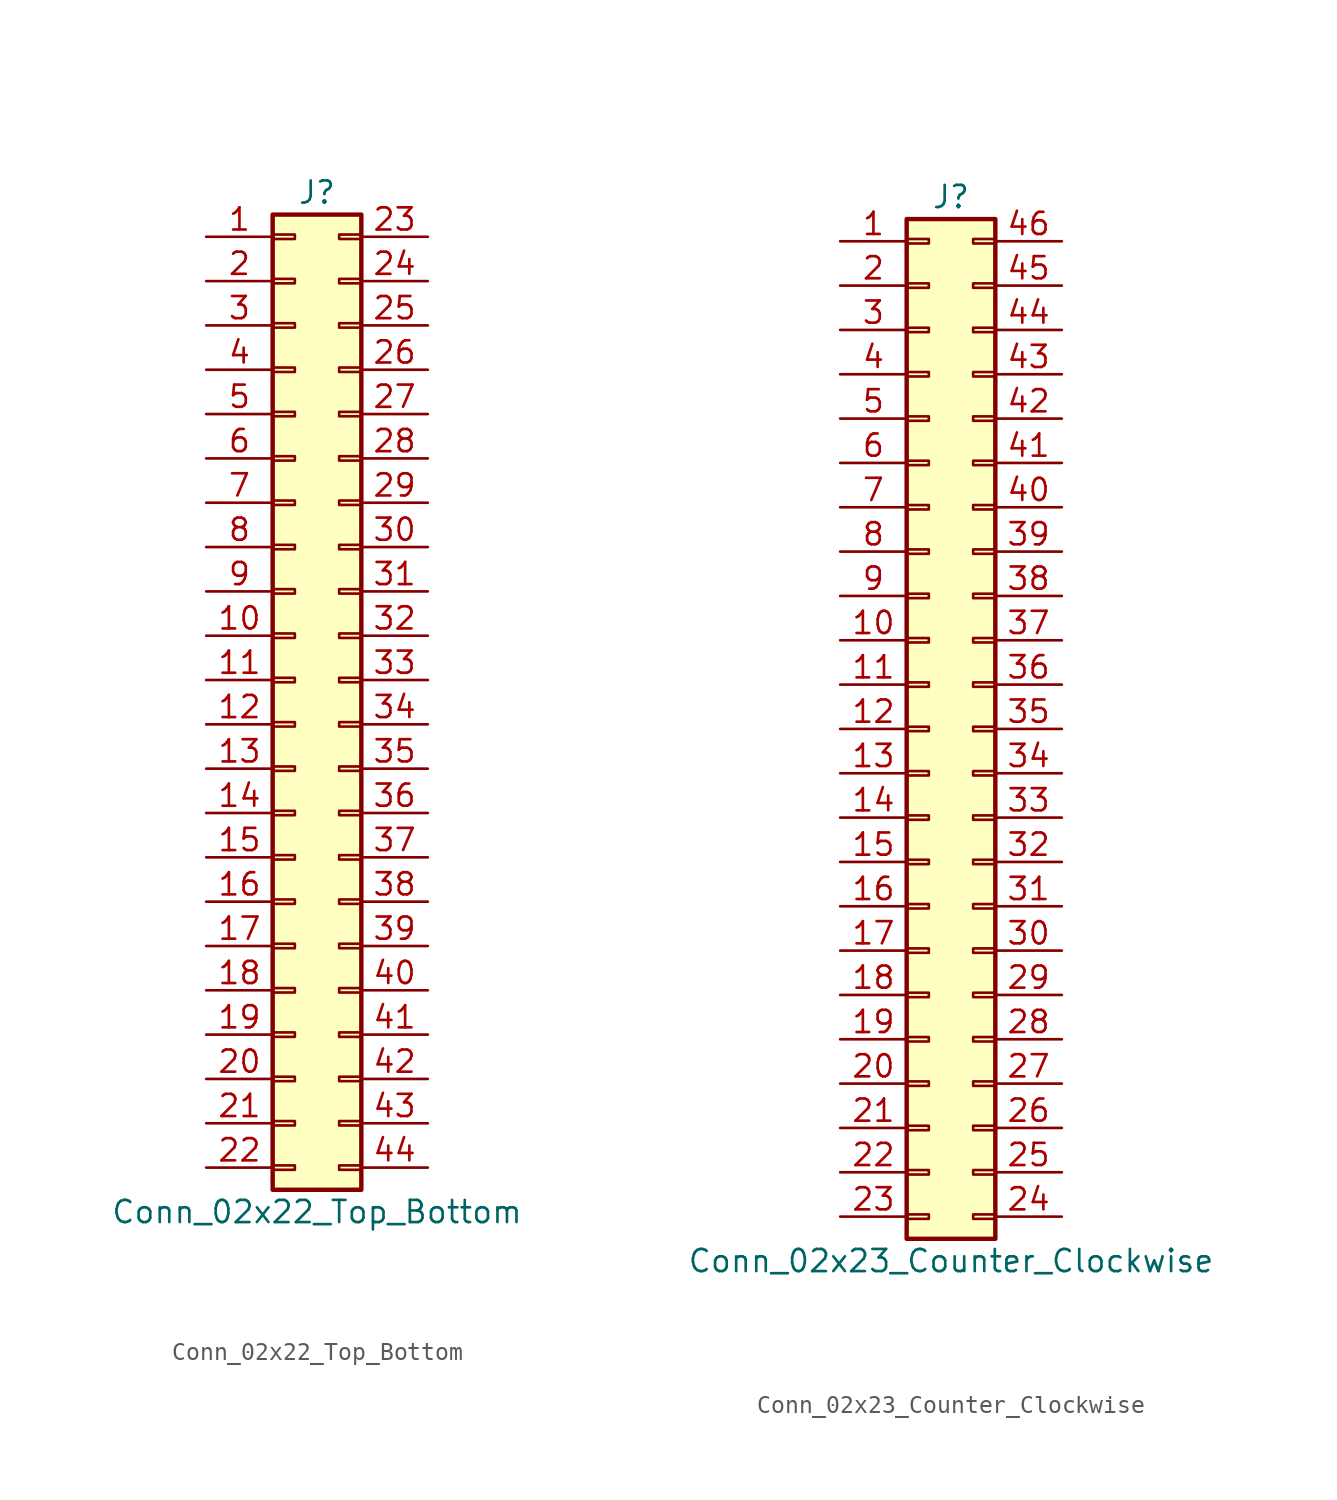
<source format=kicad_sym>
(kicad_symbol_lib
  (version 20201005)
  (generator kicad_symbol_editor)
  (symbol "Connector_Generic:Conn_02x22_Top_Bottom"
    (pin_names
      (offset 1.016) hide)
    (property "Reference" "J"
      (at 1.27 27.94 0)
      (effects (font (size 1.27 1.27))))
    (property "Value" "Conn_02x22_Top_Bottom"
      (at 1.27 -30.48 0)
      (effects (font (size 1.27 1.27))))
    (symbol "Conn_02x22_Top_Bottom_1_1"
      (rectangle (start -1.27 -27.813) (end 0 -28.067) (stroke (width 0.152)) (fill (type none)))
      (rectangle (start -1.27 -4.953) (end 0 -5.207) (stroke (width 0.152)) (fill (type none)))
      (rectangle (start -1.27 -7.493) (end 0 -7.747) (stroke (width 0.152)) (fill (type none)))
      (rectangle (start -1.27 -10.033) (end 0 -10.287) (stroke (width 0.152)) (fill (type none)))
      (rectangle (start -1.27 -12.573) (end 0 -12.827) (stroke (width 0.152)) (fill (type none)))
      (rectangle (start -1.27 -15.113) (end 0 -15.367) (stroke (width 0.152)) (fill (type none)))
      (rectangle (start -1.27 -17.653) (end 0 -17.907) (stroke (width 0.152)) (fill (type none)))
      (rectangle (start -1.27 -20.193) (end 0 -20.447) (stroke (width 0.152)) (fill (type none)))
      (rectangle (start -1.27 -22.733) (end 0 -22.987) (stroke (width 0.152)) (fill (type none)))
      (rectangle (start -1.27 -2.413) (end 0 -2.667) (stroke (width 0.152)) (fill (type none)))
      (rectangle (start -1.27 -25.273) (end 0 -25.527) (stroke (width 0.152)) (fill (type none)))
      (rectangle (start -1.27 25.527) (end 0 25.273) (stroke (width 0.152)) (fill (type none)))
      (rectangle (start -1.27 2.667) (end 0 2.413) (stroke (width 0.152)) (fill (type none)))
      (rectangle (start -1.27 26.67) (end 3.81 -29.21) (stroke (width 0.254)) (fill (type background)))
      (rectangle (start -1.27 5.207) (end 0 4.953) (stroke (width 0.152)) (fill (type none)))
      (rectangle (start -1.27 7.747) (end 0 7.493) (stroke (width 0.152)) (fill (type none)))
      (rectangle (start -1.27 10.287) (end 0 10.033) (stroke (width 0.152)) (fill (type none)))
      (rectangle (start -1.27 0.127) (end 0 -0.127) (stroke (width 0.152)) (fill (type none)))
      (rectangle (start -1.27 12.827) (end 0 12.573) (stroke (width 0.152)) (fill (type none)))
      (rectangle (start -1.27 15.367) (end 0 15.113) (stroke (width 0.152)) (fill (type none)))
      (rectangle (start -1.27 17.907) (end 0 17.653) (stroke (width 0.152)) (fill (type none)))
      (rectangle (start -1.27 20.447) (end 0 20.193) (stroke (width 0.152)) (fill (type none)))
      (rectangle (start -1.27 22.987) (end 0 22.733) (stroke (width 0.152)) (fill (type none)))
      (rectangle (start 3.81 -27.813) (end 2.54 -28.067) (stroke (width 0.152)) (fill (type none)))
      (rectangle (start 3.81 -4.953) (end 2.54 -5.207) (stroke (width 0.152)) (fill (type none)))
      (rectangle (start 3.81 -7.493) (end 2.54 -7.747) (stroke (width 0.152)) (fill (type none)))
      (rectangle (start 3.81 -10.033) (end 2.54 -10.287) (stroke (width 0.152)) (fill (type none)))
      (rectangle (start 3.81 -12.573) (end 2.54 -12.827) (stroke (width 0.152)) (fill (type none)))
      (rectangle (start 3.81 -15.113) (end 2.54 -15.367) (stroke (width 0.152)) (fill (type none)))
      (rectangle (start 3.81 -17.653) (end 2.54 -17.907) (stroke (width 0.152)) (fill (type none)))
      (rectangle (start 3.81 -20.193) (end 2.54 -20.447) (stroke (width 0.152)) (fill (type none)))
      (rectangle (start 3.81 -22.733) (end 2.54 -22.987) (stroke (width 0.152)) (fill (type none)))
      (rectangle (start 3.81 -2.413) (end 2.54 -2.667) (stroke (width 0.152)) (fill (type none)))
      (rectangle (start 3.81 -25.273) (end 2.54 -25.527) (stroke (width 0.152)) (fill (type none)))
      (rectangle (start 3.81 25.527) (end 2.54 25.273) (stroke (width 0.152)) (fill (type none)))
      (rectangle (start 3.81 2.667) (end 2.54 2.413) (stroke (width 0.152)) (fill (type none)))
      (rectangle (start 3.81 5.207) (end 2.54 4.953) (stroke (width 0.152)) (fill (type none)))
      (rectangle (start 3.81 7.747) (end 2.54 7.493) (stroke (width 0.152)) (fill (type none)))
      (rectangle (start 3.81 10.287) (end 2.54 10.033) (stroke (width 0.152)) (fill (type none)))
      (rectangle (start 3.81 0.127) (end 2.54 -0.127) (stroke (width 0.152)) (fill (type none)))
      (rectangle (start 3.81 12.827) (end 2.54 12.573) (stroke (width 0.152)) (fill (type none)))
      (rectangle (start 3.81 15.367) (end 2.54 15.113) (stroke (width 0.152)) (fill (type none)))
      (rectangle (start 3.81 17.907) (end 2.54 17.653) (stroke (width 0.152)) (fill (type none)))
      (rectangle (start 3.81 20.447) (end 2.54 20.193) (stroke (width 0.152)) (fill (type none)))
      (rectangle (start 3.81 22.987) (end 2.54 22.733) (stroke (width 0.152)) (fill (type none)))
      (pin passive line (at -5.08 25.4 0) (length 3.81) (name "Pin_1" (effects (font (size 1.27 1.27)))) (number "1" (effects (font (size 1.27 1.27)))))
      (pin passive line (at -5.08 2.54 0) (length 3.81) (name "Pin_10" (effects (font (size 1.27 1.27)))) (number "10" (effects (font (size 1.27 1.27)))))
      (pin passive line (at -5.08 0 0) (length 3.81) (name "Pin_11" (effects (font (size 1.27 1.27)))) (number "11" (effects (font (size 1.27 1.27)))))
      (pin passive line (at -5.08 -2.54 0) (length 3.81) (name "Pin_12" (effects (font (size 1.27 1.27)))) (number "12" (effects (font (size 1.27 1.27)))))
      (pin passive line (at -5.08 -5.08 0) (length 3.81) (name "Pin_13" (effects (font (size 1.27 1.27)))) (number "13" (effects (font (size 1.27 1.27)))))
      (pin passive line (at -5.08 -7.62 0) (length 3.81) (name "Pin_14" (effects (font (size 1.27 1.27)))) (number "14" (effects (font (size 1.27 1.27)))))
      (pin passive line (at -5.08 -10.16 0) (length 3.81) (name "Pin_15" (effects (font (size 1.27 1.27)))) (number "15" (effects (font (size 1.27 1.27)))))
      (pin passive line (at -5.08 -12.7 0) (length 3.81) (name "Pin_16" (effects (font (size 1.27 1.27)))) (number "16" (effects (font (size 1.27 1.27)))))
      (pin passive line (at -5.08 -15.24 0) (length 3.81) (name "Pin_17" (effects (font (size 1.27 1.27)))) (number "17" (effects (font (size 1.27 1.27)))))
      (pin passive line (at -5.08 -17.78 0) (length 3.81) (name "Pin_18" (effects (font (size 1.27 1.27)))) (number "18" (effects (font (size 1.27 1.27)))))
      (pin passive line (at -5.08 -20.32 0) (length 3.81) (name "Pin_19" (effects (font (size 1.27 1.27)))) (number "19" (effects (font (size 1.27 1.27)))))
      (pin passive line (at -5.08 22.86 0) (length 3.81) (name "Pin_2" (effects (font (size 1.27 1.27)))) (number "2" (effects (font (size 1.27 1.27)))))
      (pin passive line (at -5.08 -22.86 0) (length 3.81) (name "Pin_20" (effects (font (size 1.27 1.27)))) (number "20" (effects (font (size 1.27 1.27)))))
      (pin passive line (at -5.08 -25.4 0) (length 3.81) (name "Pin_21" (effects (font (size 1.27 1.27)))) (number "21" (effects (font (size 1.27 1.27)))))
      (pin passive line (at -5.08 -27.94 0) (length 3.81) (name "Pin_22" (effects (font (size 1.27 1.27)))) (number "22" (effects (font (size 1.27 1.27)))))
      (pin passive line (at 7.62 25.4 180) (length 3.81) (name "Pin_23" (effects (font (size 1.27 1.27)))) (number "23" (effects (font (size 1.27 1.27)))))
      (pin passive line (at 7.62 22.86 180) (length 3.81) (name "Pin_24" (effects (font (size 1.27 1.27)))) (number "24" (effects (font (size 1.27 1.27)))))
      (pin passive line (at 7.62 20.32 180) (length 3.81) (name "Pin_25" (effects (font (size 1.27 1.27)))) (number "25" (effects (font (size 1.27 1.27)))))
      (pin passive line (at 7.62 17.78 180) (length 3.81) (name "Pin_26" (effects (font (size 1.27 1.27)))) (number "26" (effects (font (size 1.27 1.27)))))
      (pin passive line (at 7.62 15.24 180) (length 3.81) (name "Pin_27" (effects (font (size 1.27 1.27)))) (number "27" (effects (font (size 1.27 1.27)))))
      (pin passive line (at 7.62 12.7 180) (length 3.81) (name "Pin_28" (effects (font (size 1.27 1.27)))) (number "28" (effects (font (size 1.27 1.27)))))
      (pin passive line (at 7.62 10.16 180) (length 3.81) (name "Pin_29" (effects (font (size 1.27 1.27)))) (number "29" (effects (font (size 1.27 1.27)))))
      (pin passive line (at -5.08 20.32 0) (length 3.81) (name "Pin_3" (effects (font (size 1.27 1.27)))) (number "3" (effects (font (size 1.27 1.27)))))
      (pin passive line (at 7.62 7.62 180) (length 3.81) (name "Pin_30" (effects (font (size 1.27 1.27)))) (number "30" (effects (font (size 1.27 1.27)))))
      (pin passive line (at 7.62 5.08 180) (length 3.81) (name "Pin_31" (effects (font (size 1.27 1.27)))) (number "31" (effects (font (size 1.27 1.27)))))
      (pin passive line (at 7.62 2.54 180) (length 3.81) (name "Pin_32" (effects (font (size 1.27 1.27)))) (number "32" (effects (font (size 1.27 1.27)))))
      (pin passive line (at 7.62 0 180) (length 3.81) (name "Pin_33" (effects (font (size 1.27 1.27)))) (number "33" (effects (font (size 1.27 1.27)))))
      (pin passive line (at 7.62 -2.54 180) (length 3.81) (name "Pin_34" (effects (font (size 1.27 1.27)))) (number "34" (effects (font (size 1.27 1.27)))))
      (pin passive line (at 7.62 -5.08 180) (length 3.81) (name "Pin_35" (effects (font (size 1.27 1.27)))) (number "35" (effects (font (size 1.27 1.27)))))
      (pin passive line (at 7.62 -7.62 180) (length 3.81) (name "Pin_36" (effects (font (size 1.27 1.27)))) (number "36" (effects (font (size 1.27 1.27)))))
      (pin passive line (at 7.62 -10.16 180) (length 3.81) (name "Pin_37" (effects (font (size 1.27 1.27)))) (number "37" (effects (font (size 1.27 1.27)))))
      (pin passive line (at 7.62 -12.7 180) (length 3.81) (name "Pin_38" (effects (font (size 1.27 1.27)))) (number "38" (effects (font (size 1.27 1.27)))))
      (pin passive line (at 7.62 -15.24 180) (length 3.81) (name "Pin_39" (effects (font (size 1.27 1.27)))) (number "39" (effects (font (size 1.27 1.27)))))
      (pin passive line (at -5.08 17.78 0) (length 3.81) (name "Pin_4" (effects (font (size 1.27 1.27)))) (number "4" (effects (font (size 1.27 1.27)))))
      (pin passive line (at 7.62 -17.78 180) (length 3.81) (name "Pin_40" (effects (font (size 1.27 1.27)))) (number "40" (effects (font (size 1.27 1.27)))))
      (pin passive line (at 7.62 -20.32 180) (length 3.81) (name "Pin_41" (effects (font (size 1.27 1.27)))) (number "41" (effects (font (size 1.27 1.27)))))
      (pin passive line (at 7.62 -22.86 180) (length 3.81) (name "Pin_42" (effects (font (size 1.27 1.27)))) (number "42" (effects (font (size 1.27 1.27)))))
      (pin passive line (at 7.62 -25.4 180) (length 3.81) (name "Pin_43" (effects (font (size 1.27 1.27)))) (number "43" (effects (font (size 1.27 1.27)))))
      (pin passive line (at 7.62 -27.94 180) (length 3.81) (name "Pin_44" (effects (font (size 1.27 1.27)))) (number "44" (effects (font (size 1.27 1.27)))))
      (pin passive line (at -5.08 15.24 0) (length 3.81) (name "Pin_5" (effects (font (size 1.27 1.27)))) (number "5" (effects (font (size 1.27 1.27)))))
      (pin passive line (at -5.08 12.7 0) (length 3.81) (name "Pin_6" (effects (font (size 1.27 1.27)))) (number "6" (effects (font (size 1.27 1.27)))))
      (pin passive line (at -5.08 10.16 0) (length 3.81) (name "Pin_7" (effects (font (size 1.27 1.27)))) (number "7" (effects (font (size 1.27 1.27)))))
      (pin passive line (at -5.08 7.62 0) (length 3.81) (name "Pin_8" (effects (font (size 1.27 1.27)))) (number "8" (effects (font (size 1.27 1.27)))))
      (pin passive line (at -5.08 5.08 0) (length 3.81) (name "Pin_9" (effects (font (size 1.27 1.27)))) (number "9" (effects (font (size 1.27 1.27)))))))
  (symbol "Connector_Generic:Conn_02x23_Counter_Clockwise"
    (pin_names
      (offset 1.016) hide)
    (property "Reference" "J"
      (at 1.27 30.48 0)
      (effects (font (size 1.27 1.27))))
    (property "Value" "Conn_02x23_Counter_Clockwise"
      (at 1.27 -30.48 0)
      (effects (font (size 1.27 1.27))))
    (symbol "Conn_02x23_Counter_Clockwise_1_1"
      (rectangle (start -1.27 -27.813) (end 0 -28.067) (stroke (width 0.152)) (fill (type none)))
      (rectangle (start -1.27 -4.953) (end 0 -5.207) (stroke (width 0.152)) (fill (type none)))
      (rectangle (start -1.27 -7.493) (end 0 -7.747) (stroke (width 0.152)) (fill (type none)))
      (rectangle (start -1.27 -10.033) (end 0 -10.287) (stroke (width 0.152)) (fill (type none)))
      (rectangle (start -1.27 -12.573) (end 0 -12.827) (stroke (width 0.152)) (fill (type none)))
      (rectangle (start -1.27 -15.113) (end 0 -15.367) (stroke (width 0.152)) (fill (type none)))
      (rectangle (start -1.27 -17.653) (end 0 -17.907) (stroke (width 0.152)) (fill (type none)))
      (rectangle (start -1.27 -20.193) (end 0 -20.447) (stroke (width 0.152)) (fill (type none)))
      (rectangle (start -1.27 -22.733) (end 0 -22.987) (stroke (width 0.152)) (fill (type none)))
      (rectangle (start -1.27 -2.413) (end 0 -2.667) (stroke (width 0.152)) (fill (type none)))
      (rectangle (start -1.27 -25.273) (end 0 -25.527) (stroke (width 0.152)) (fill (type none)))
      (rectangle (start -1.27 25.527) (end 0 25.273) (stroke (width 0.152)) (fill (type none)))
      (rectangle (start -1.27 2.667) (end 0 2.413) (stroke (width 0.152)) (fill (type none)))
      (rectangle (start -1.27 28.067) (end 0 27.813) (stroke (width 0.152)) (fill (type none)))
      (rectangle (start -1.27 29.21) (end 3.81 -29.21) (stroke (width 0.254)) (fill (type background)))
      (rectangle (start -1.27 5.207) (end 0 4.953) (stroke (width 0.152)) (fill (type none)))
      (rectangle (start -1.27 7.747) (end 0 7.493) (stroke (width 0.152)) (fill (type none)))
      (rectangle (start -1.27 10.287) (end 0 10.033) (stroke (width 0.152)) (fill (type none)))
      (rectangle (start -1.27 0.127) (end 0 -0.127) (stroke (width 0.152)) (fill (type none)))
      (rectangle (start -1.27 12.827) (end 0 12.573) (stroke (width 0.152)) (fill (type none)))
      (rectangle (start -1.27 15.367) (end 0 15.113) (stroke (width 0.152)) (fill (type none)))
      (rectangle (start -1.27 17.907) (end 0 17.653) (stroke (width 0.152)) (fill (type none)))
      (rectangle (start -1.27 20.447) (end 0 20.193) (stroke (width 0.152)) (fill (type none)))
      (rectangle (start -1.27 22.987) (end 0 22.733) (stroke (width 0.152)) (fill (type none)))
      (rectangle (start 3.81 -27.813) (end 2.54 -28.067) (stroke (width 0.152)) (fill (type none)))
      (rectangle (start 3.81 -4.953) (end 2.54 -5.207) (stroke (width 0.152)) (fill (type none)))
      (rectangle (start 3.81 -7.493) (end 2.54 -7.747) (stroke (width 0.152)) (fill (type none)))
      (rectangle (start 3.81 -10.033) (end 2.54 -10.287) (stroke (width 0.152)) (fill (type none)))
      (rectangle (start 3.81 -12.573) (end 2.54 -12.827) (stroke (width 0.152)) (fill (type none)))
      (rectangle (start 3.81 -15.113) (end 2.54 -15.367) (stroke (width 0.152)) (fill (type none)))
      (rectangle (start 3.81 -17.653) (end 2.54 -17.907) (stroke (width 0.152)) (fill (type none)))
      (rectangle (start 3.81 -20.193) (end 2.54 -20.447) (stroke (width 0.152)) (fill (type none)))
      (rectangle (start 3.81 -22.733) (end 2.54 -22.987) (stroke (width 0.152)) (fill (type none)))
      (rectangle (start 3.81 -2.413) (end 2.54 -2.667) (stroke (width 0.152)) (fill (type none)))
      (rectangle (start 3.81 -25.273) (end 2.54 -25.527) (stroke (width 0.152)) (fill (type none)))
      (rectangle (start 3.81 25.527) (end 2.54 25.273) (stroke (width 0.152)) (fill (type none)))
      (rectangle (start 3.81 2.667) (end 2.54 2.413) (stroke (width 0.152)) (fill (type none)))
      (rectangle (start 3.81 28.067) (end 2.54 27.813) (stroke (width 0.152)) (fill (type none)))
      (rectangle (start 3.81 5.207) (end 2.54 4.953) (stroke (width 0.152)) (fill (type none)))
      (rectangle (start 3.81 7.747) (end 2.54 7.493) (stroke (width 0.152)) (fill (type none)))
      (rectangle (start 3.81 10.287) (end 2.54 10.033) (stroke (width 0.152)) (fill (type none)))
      (rectangle (start 3.81 0.127) (end 2.54 -0.127) (stroke (width 0.152)) (fill (type none)))
      (rectangle (start 3.81 12.827) (end 2.54 12.573) (stroke (width 0.152)) (fill (type none)))
      (rectangle (start 3.81 15.367) (end 2.54 15.113) (stroke (width 0.152)) (fill (type none)))
      (rectangle (start 3.81 17.907) (end 2.54 17.653) (stroke (width 0.152)) (fill (type none)))
      (rectangle (start 3.81 20.447) (end 2.54 20.193) (stroke (width 0.152)) (fill (type none)))
      (rectangle (start 3.81 22.987) (end 2.54 22.733) (stroke (width 0.152)) (fill (type none)))
      (pin passive line (at -5.08 27.94 0) (length 3.81) (name "Pin_1" (effects (font (size 1.27 1.27)))) (number "1" (effects (font (size 1.27 1.27)))))
      (pin passive line (at -5.08 5.08 0) (length 3.81) (name "Pin_10" (effects (font (size 1.27 1.27)))) (number "10" (effects (font (size 1.27 1.27)))))
      (pin passive line (at -5.08 2.54 0) (length 3.81) (name "Pin_11" (effects (font (size 1.27 1.27)))) (number "11" (effects (font (size 1.27 1.27)))))
      (pin passive line (at -5.08 0 0) (length 3.81) (name "Pin_12" (effects (font (size 1.27 1.27)))) (number "12" (effects (font (size 1.27 1.27)))))
      (pin passive line (at -5.08 -2.54 0) (length 3.81) (name "Pin_13" (effects (font (size 1.27 1.27)))) (number "13" (effects (font (size 1.27 1.27)))))
      (pin passive line (at -5.08 -5.08 0) (length 3.81) (name "Pin_14" (effects (font (size 1.27 1.27)))) (number "14" (effects (font (size 1.27 1.27)))))
      (pin passive line (at -5.08 -7.62 0) (length 3.81) (name "Pin_15" (effects (font (size 1.27 1.27)))) (number "15" (effects (font (size 1.27 1.27)))))
      (pin passive line (at -5.08 -10.16 0) (length 3.81) (name "Pin_16" (effects (font (size 1.27 1.27)))) (number "16" (effects (font (size 1.27 1.27)))))
      (pin passive line (at -5.08 -12.7 0) (length 3.81) (name "Pin_17" (effects (font (size 1.27 1.27)))) (number "17" (effects (font (size 1.27 1.27)))))
      (pin passive line (at -5.08 -15.24 0) (length 3.81) (name "Pin_18" (effects (font (size 1.27 1.27)))) (number "18" (effects (font (size 1.27 1.27)))))
      (pin passive line (at -5.08 -17.78 0) (length 3.81) (name "Pin_19" (effects (font (size 1.27 1.27)))) (number "19" (effects (font (size 1.27 1.27)))))
      (pin passive line (at -5.08 25.4 0) (length 3.81) (name "Pin_2" (effects (font (size 1.27 1.27)))) (number "2" (effects (font (size 1.27 1.27)))))
      (pin passive line (at -5.08 -20.32 0) (length 3.81) (name "Pin_20" (effects (font (size 1.27 1.27)))) (number "20" (effects (font (size 1.27 1.27)))))
      (pin passive line (at -5.08 -22.86 0) (length 3.81) (name "Pin_21" (effects (font (size 1.27 1.27)))) (number "21" (effects (font (size 1.27 1.27)))))
      (pin passive line (at -5.08 -25.4 0) (length 3.81) (name "Pin_22" (effects (font (size 1.27 1.27)))) (number "22" (effects (font (size 1.27 1.27)))))
      (pin passive line (at -5.08 -27.94 0) (length 3.81) (name "Pin_23" (effects (font (size 1.27 1.27)))) (number "23" (effects (font (size 1.27 1.27)))))
      (pin passive line (at 7.62 -27.94 180) (length 3.81) (name "Pin_24" (effects (font (size 1.27 1.27)))) (number "24" (effects (font (size 1.27 1.27)))))
      (pin passive line (at 7.62 -25.4 180) (length 3.81) (name "Pin_25" (effects (font (size 1.27 1.27)))) (number "25" (effects (font (size 1.27 1.27)))))
      (pin passive line (at 7.62 -22.86 180) (length 3.81) (name "Pin_26" (effects (font (size 1.27 1.27)))) (number "26" (effects (font (size 1.27 1.27)))))
      (pin passive line (at 7.62 -20.32 180) (length 3.81) (name "Pin_27" (effects (font (size 1.27 1.27)))) (number "27" (effects (font (size 1.27 1.27)))))
      (pin passive line (at 7.62 -17.78 180) (length 3.81) (name "Pin_28" (effects (font (size 1.27 1.27)))) (number "28" (effects (font (size 1.27 1.27)))))
      (pin passive line (at 7.62 -15.24 180) (length 3.81) (name "Pin_29" (effects (font (size 1.27 1.27)))) (number "29" (effects (font (size 1.27 1.27)))))
      (pin passive line (at -5.08 22.86 0) (length 3.81) (name "Pin_3" (effects (font (size 1.27 1.27)))) (number "3" (effects (font (size 1.27 1.27)))))
      (pin passive line (at 7.62 -12.7 180) (length 3.81) (name "Pin_30" (effects (font (size 1.27 1.27)))) (number "30" (effects (font (size 1.27 1.27)))))
      (pin passive line (at 7.62 -10.16 180) (length 3.81) (name "Pin_31" (effects (font (size 1.27 1.27)))) (number "31" (effects (font (size 1.27 1.27)))))
      (pin passive line (at 7.62 -7.62 180) (length 3.81) (name "Pin_32" (effects (font (size 1.27 1.27)))) (number "32" (effects (font (size 1.27 1.27)))))
      (pin passive line (at 7.62 -5.08 180) (length 3.81) (name "Pin_33" (effects (font (size 1.27 1.27)))) (number "33" (effects (font (size 1.27 1.27)))))
      (pin passive line (at 7.62 -2.54 180) (length 3.81) (name "Pin_34" (effects (font (size 1.27 1.27)))) (number "34" (effects (font (size 1.27 1.27)))))
      (pin passive line (at 7.62 0 180) (length 3.81) (name "Pin_35" (effects (font (size 1.27 1.27)))) (number "35" (effects (font (size 1.27 1.27)))))
      (pin passive line (at 7.62 2.54 180) (length 3.81) (name "Pin_36" (effects (font (size 1.27 1.27)))) (number "36" (effects (font (size 1.27 1.27)))))
      (pin passive line (at 7.62 5.08 180) (length 3.81) (name "Pin_37" (effects (font (size 1.27 1.27)))) (number "37" (effects (font (size 1.27 1.27)))))
      (pin passive line (at 7.62 7.62 180) (length 3.81) (name "Pin_38" (effects (font (size 1.27 1.27)))) (number "38" (effects (font (size 1.27 1.27)))))
      (pin passive line (at 7.62 10.16 180) (length 3.81) (name "Pin_39" (effects (font (size 1.27 1.27)))) (number "39" (effects (font (size 1.27 1.27)))))
      (pin passive line (at -5.08 20.32 0) (length 3.81) (name "Pin_4" (effects (font (size 1.27 1.27)))) (number "4" (effects (font (size 1.27 1.27)))))
      (pin passive line (at 7.62 12.7 180) (length 3.81) (name "Pin_40" (effects (font (size 1.27 1.27)))) (number "40" (effects (font (size 1.27 1.27)))))
      (pin passive line (at 7.62 15.24 180) (length 3.81) (name "Pin_41" (effects (font (size 1.27 1.27)))) (number "41" (effects (font (size 1.27 1.27)))))
      (pin passive line (at 7.62 17.78 180) (length 3.81) (name "Pin_42" (effects (font (size 1.27 1.27)))) (number "42" (effects (font (size 1.27 1.27)))))
      (pin passive line (at 7.62 20.32 180) (length 3.81) (name "Pin_43" (effects (font (size 1.27 1.27)))) (number "43" (effects (font (size 1.27 1.27)))))
      (pin passive line (at 7.62 22.86 180) (length 3.81) (name "Pin_44" (effects (font (size 1.27 1.27)))) (number "44" (effects (font (size 1.27 1.27)))))
      (pin passive line (at 7.62 25.4 180) (length 3.81) (name "Pin_45" (effects (font (size 1.27 1.27)))) (number "45" (effects (font (size 1.27 1.27)))))
      (pin passive line (at 7.62 27.94 180) (length 3.81) (name "Pin_46" (effects (font (size 1.27 1.27)))) (number "46" (effects (font (size 1.27 1.27)))))
      (pin passive line (at -5.08 17.78 0) (length 3.81) (name "Pin_5" (effects (font (size 1.27 1.27)))) (number "5" (effects (font (size 1.27 1.27)))))
      (pin passive line (at -5.08 15.24 0) (length 3.81) (name "Pin_6" (effects (font (size 1.27 1.27)))) (number "6" (effects (font (size 1.27 1.27)))))
      (pin passive line (at -5.08 12.7 0) (length 3.81) (name "Pin_7" (effects (font (size 1.27 1.27)))) (number "7" (effects (font (size 1.27 1.27)))))
      (pin passive line (at -5.08 10.16 0) (length 3.81) (name "Pin_8" (effects (font (size 1.27 1.27)))) (number "8" (effects (font (size 1.27 1.27)))))
      (pin passive line (at -5.08 7.62 0) (length 3.81) (name "Pin_9" (effects (font (size 1.27 1.27)))) (number "9" (effects (font (size 1.27 1.27))))))))
</source>
